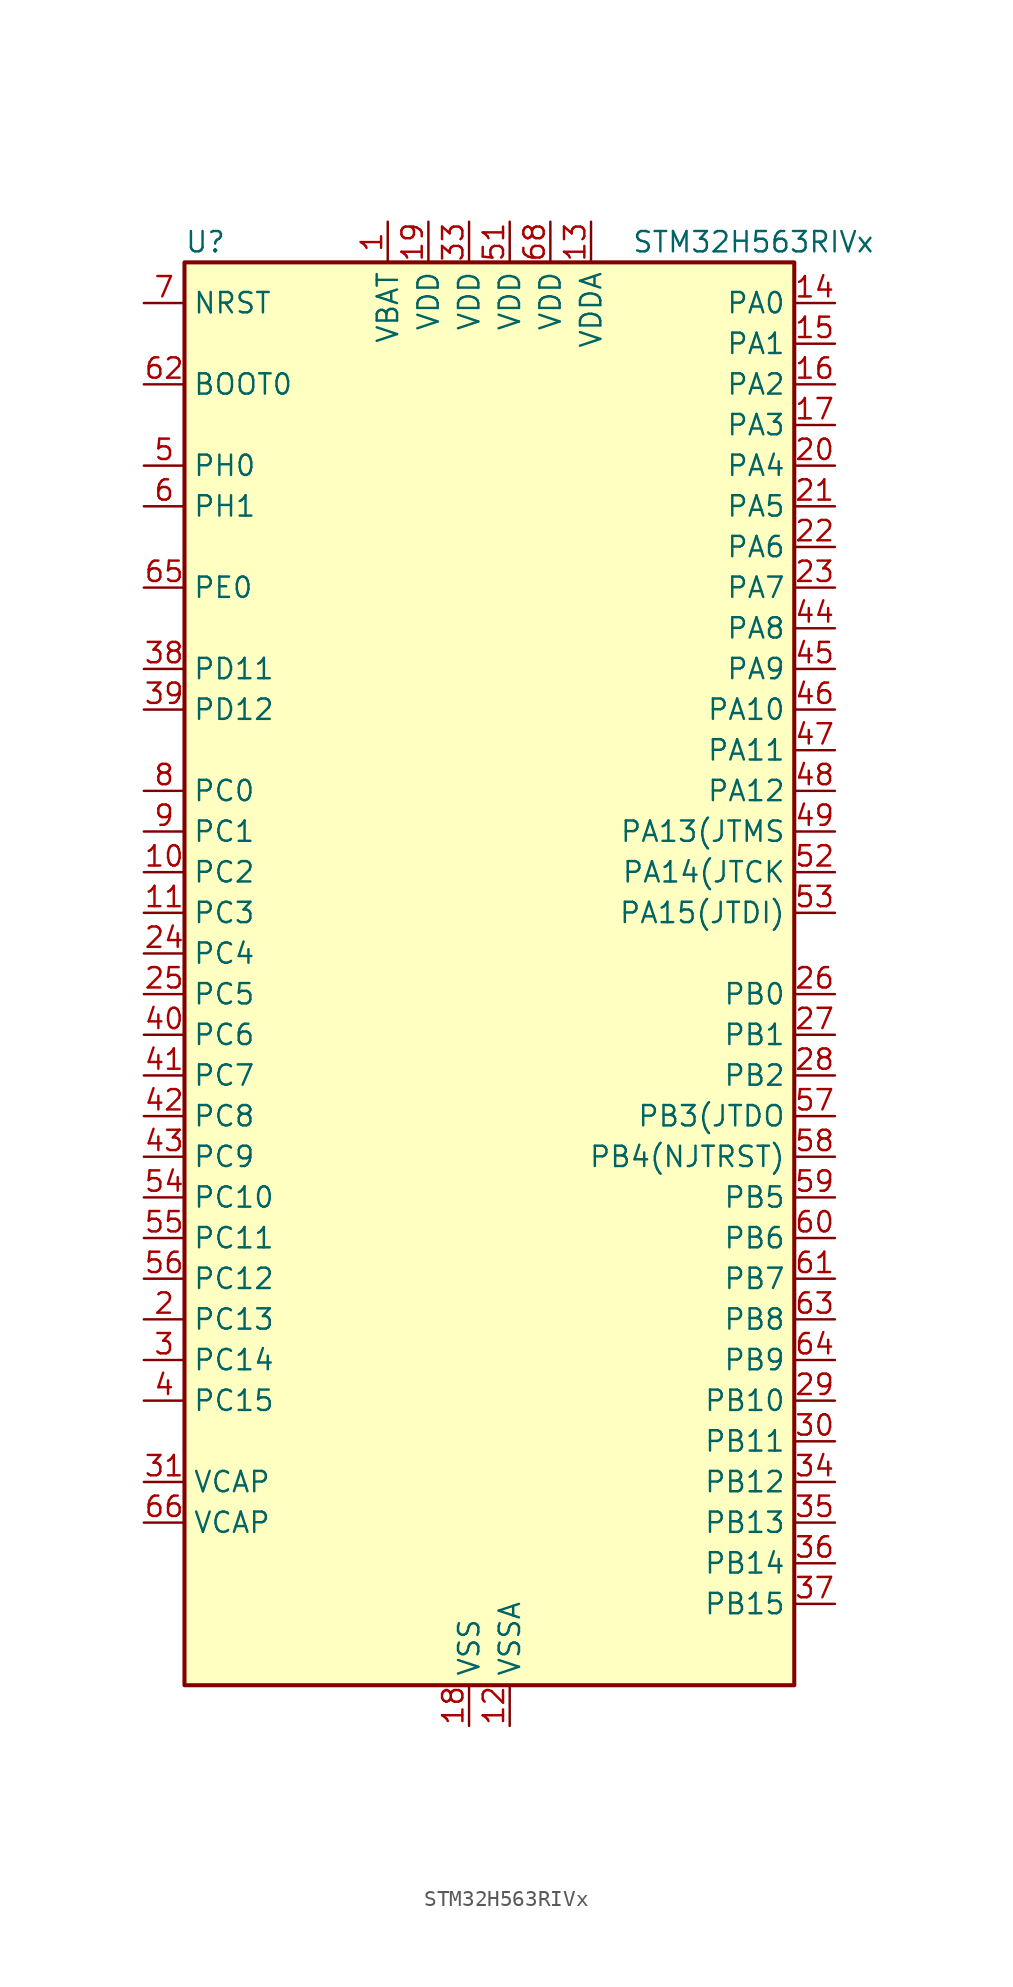
<source format=kicad_sym>
(kicad_symbol_lib
  (version 20231120)
  (generator "kicad_symbol_editor")
  (generator_version "8.0")
  (symbol "STM32H563RIVx"
    (property "Reference" "U"
      (at -17.78 46.99 0)
      (effects (font (size 1.27 1.27)) (justify left)))
    (property "Value" "STM32H563RIVx"
      (at 10.16 46.99 0)
      (effects (font (size 1.27 1.27)) (justify left)))
    (property "ki_locked" ""
      (at 0 0 0)
      (effects (font (size 1.27 1.27))))
    (symbol "STM32H563RIVx_0_1"
      (rectangle (start -17.78 -43.18) (end 20.32 45.72) (stroke (width 0.254) (type default)) (fill (type background))))
    (symbol "STM32H563RIVx_1_1"
      (pin power_in line (at -5.08 48.26 270) (length 2.54) (name "VBAT" (effects (font (size 1.27 1.27)))) (number "1" (effects (font (size 1.27 1.27)))))
      (pin bidirectional line (at -20.32 7.62 0) (length 2.54) (name "PC2" (effects (font (size 1.27 1.27)))) (number "10" (effects (font (size 1.27 1.27)))) (alternate "ADC1_INN11" bidirectional line) (alternate "ADC1_INP12" bidirectional line) (alternate "ADC2_INN11" bidirectional line) (alternate "ADC2_INP12" bidirectional line) (alternate "ETH_TXD2" bidirectional line) (alternate "I2S2_SDI" bidirectional line) (alternate "OCTOSPI1_IO2" bidirectional line) (alternate "OCTOSPI1_IO5" bidirectional line) (alternate "PWR_CSLEEP" bidirectional line) (alternate "SPI2_MISO" bidirectional line) (alternate "TIM17_CH1" bidirectional line) (alternate "TIM4_CH4" bidirectional line))
      (pin bidirectional line (at -20.32 5.08 0) (length 2.54) (name "PC3" (effects (font (size 1.27 1.27)))) (number "11" (effects (font (size 1.27 1.27)))) (alternate "ADC1_INN12" bidirectional line) (alternate "ADC1_INP13" bidirectional line) (alternate "ADC2_INN12" bidirectional line) (alternate "ADC2_INP13" bidirectional line) (alternate "ETH_TX_CLK" bidirectional line) (alternate "I2S2_SDO" bidirectional line) (alternate "LPTIM3_CH1" bidirectional line) (alternate "OCTOSPI1_IO0" bidirectional line) (alternate "OCTOSPI1_IO6" bidirectional line) (alternate "PWR_CSTOP" bidirectional line) (alternate "SAI1_D3" bidirectional line) (alternate "SPI2_MOSI" bidirectional line))
      (pin power_in line (at 2.54 -45.72 90) (length 2.54) (name "VSSA" (effects (font (size 1.27 1.27)))) (number "12" (effects (font (size 1.27 1.27)))))
      (pin power_in line (at 7.62 48.26 270) (length 2.54) (name "VDDA" (effects (font (size 1.27 1.27)))) (number "13" (effects (font (size 1.27 1.27)))))
      (pin bidirectional line (at 22.86 43.18 180) (length 2.54) (name "PA0" (effects (font (size 1.27 1.27)))) (number "14" (effects (font (size 1.27 1.27)))) (alternate "ADC1_INN1" bidirectional line) (alternate "ADC1_INP0" bidirectional line) (alternate "ADC2_INN1" bidirectional line) (alternate "ADC2_INP0" bidirectional line) (alternate "ETH_CRS" bidirectional line) (alternate "PWR_WKUP1" bidirectional line) (alternate "SAI2_SD_B" bidirectional line) (alternate "SPI3_RDY" bidirectional line) (alternate "SPI6_NSS" bidirectional line) (alternate "TAMP_IN2" bidirectional line) (alternate "TAMP_OUT1" bidirectional line) (alternate "TIM15_BKIN" bidirectional line) (alternate "TIM2_CH1" bidirectional line) (alternate "TIM2_ETR" bidirectional line) (alternate "TIM5_CH1" bidirectional line) (alternate "TIM8_ETR" bidirectional line) (alternate "UART4_TX" bidirectional line) (alternate "USART2_CTS" bidirectional line) (alternate "USART2_NSS" bidirectional line))
      (pin bidirectional line (at 22.86 40.64 180) (length 2.54) (name "PA1" (effects (font (size 1.27 1.27)))) (number "15" (effects (font (size 1.27 1.27)))) (alternate "ADC1_INP1" bidirectional line) (alternate "ADC2_INP1" bidirectional line) (alternate "ETH_REF_CLK" bidirectional line) (alternate "ETH_RX_CLK" bidirectional line) (alternate "LPTIM1_IN1" bidirectional line) (alternate "OCTOSPI1_DQS" bidirectional line) (alternate "OCTOSPI1_IO3" bidirectional line) (alternate "SAI2_MCLK_B" bidirectional line) (alternate "TAMP_IN5" bidirectional line) (alternate "TAMP_OUT4" bidirectional line) (alternate "TIM15_CH1N" bidirectional line) (alternate "TIM2_CH2" bidirectional line) (alternate "TIM5_CH2" bidirectional line) (alternate "UART4_RX" bidirectional line) (alternate "USART2_RTS" bidirectional line))
      (pin bidirectional line (at 22.86 38.1 180) (length 2.54) (name "PA2" (effects (font (size 1.27 1.27)))) (number "16" (effects (font (size 1.27 1.27)))) (alternate "ADC1_INP14" bidirectional line) (alternate "ADC2_INP14" bidirectional line) (alternate "ETH_MDIO" bidirectional line) (alternate "LPTIM1_IN2" bidirectional line) (alternate "PWR_WKUP2" bidirectional line) (alternate "SAI2_SCK_B" bidirectional line) (alternate "TAMP_IN4" bidirectional line) (alternate "TAMP_OUT3" bidirectional line) (alternate "TIM15_CH1" bidirectional line) (alternate "TIM2_CH3" bidirectional line) (alternate "TIM5_CH3" bidirectional line) (alternate "USART2_TX" bidirectional line))
      (pin bidirectional line (at 22.86 35.56 180) (length 2.54) (name "PA3" (effects (font (size 1.27 1.27)))) (number "17" (effects (font (size 1.27 1.27)))) (alternate "ADC1_INP15" bidirectional line) (alternate "ADC2_INP15" bidirectional line) (alternate "ETH_COL" bidirectional line) (alternate "I2S2_WS" bidirectional line) (alternate "OCTOSPI1_CLK" bidirectional line) (alternate "SAI1_SD_B" bidirectional line) (alternate "SPI2_NSS" bidirectional line) (alternate "TIM15_CH2" bidirectional line) (alternate "TIM2_CH4" bidirectional line) (alternate "TIM5_CH4" bidirectional line) (alternate "USART2_RX" bidirectional line))
      (pin power_in line (at 0 -45.72 90) (length 2.54) (name "VSS" (effects (font (size 1.27 1.27)))) (number "18" (effects (font (size 1.27 1.27)))))
      (pin power_in line (at -2.54 48.26 270) (length 2.54) (name "VDD" (effects (font (size 1.27 1.27)))) (number "19" (effects (font (size 1.27 1.27)))))
      (pin bidirectional line (at -20.32 -20.32 0) (length 2.54) (name "PC13" (effects (font (size 1.27 1.27)))) (number "2" (effects (font (size 1.27 1.27)))) (alternate "PWR_WKUP4" bidirectional line) (alternate "RTC_OUT1" bidirectional line) (alternate "RTC_TS" bidirectional line) (alternate "TAMP_IN1" bidirectional line) (alternate "TAMP_OUT2" bidirectional line) (alternate "TAMP_OUT3" bidirectional line))
      (pin bidirectional line (at 22.86 33.02 180) (length 2.54) (name "PA4" (effects (font (size 1.27 1.27)))) (number "20" (effects (font (size 1.27 1.27)))) (alternate "ADC1_INP18" bidirectional line) (alternate "ADC2_INP18" bidirectional line) (alternate "DAC1_OUT1" bidirectional line) (alternate "DCMI_HSYNC" bidirectional line) (alternate "I2S1_WS" bidirectional line) (alternate "I2S3_WS" bidirectional line) (alternate "LPTIM2_CH1" bidirectional line) (alternate "PSSI_DE" bidirectional line) (alternate "SPI1_NSS" bidirectional line) (alternate "SPI3_NSS" bidirectional line) (alternate "SPI6_NSS" bidirectional line) (alternate "TIM5_ETR" bidirectional line) (alternate "USART2_CK" bidirectional line))
      (pin bidirectional line (at 22.86 30.48 180) (length 2.54) (name "PA5" (effects (font (size 1.27 1.27)))) (number "21" (effects (font (size 1.27 1.27)))) (alternate "ADC1_INN18" bidirectional line) (alternate "ADC1_INP19" bidirectional line) (alternate "ADC2_INN18" bidirectional line) (alternate "ADC2_INP19" bidirectional line) (alternate "DAC1_OUT2" bidirectional line) (alternate "ETH_TX_EN" bidirectional line) (alternate "I2S1_CK" bidirectional line) (alternate "PSSI_D14" bidirectional line) (alternate "SPI1_SCK" bidirectional line) (alternate "SPI6_SCK" bidirectional line) (alternate "TIM2_CH1" bidirectional line) (alternate "TIM2_ETR" bidirectional line) (alternate "TIM8_CH1N" bidirectional line))
      (pin bidirectional line (at 22.86 27.94 180) (length 2.54) (name "PA6" (effects (font (size 1.27 1.27)))) (number "22" (effects (font (size 1.27 1.27)))) (alternate "ADC1_INP3" bidirectional line) (alternate "ADC2_INP3" bidirectional line) (alternate "DCMI_PIXCLK" bidirectional line) (alternate "I2S1_SDI" bidirectional line) (alternate "OCTOSPI1_IO3" bidirectional line) (alternate "PSSI_PDCK" bidirectional line) (alternate "SPI1_MISO" bidirectional line) (alternate "SPI6_MISO" bidirectional line) (alternate "TIM13_CH1" bidirectional line) (alternate "TIM1_BKIN" bidirectional line) (alternate "TIM3_CH1" bidirectional line) (alternate "TIM8_BKIN" bidirectional line) (alternate "USART11_TX" bidirectional line))
      (pin bidirectional line (at 22.86 25.4 180) (length 2.54) (name "PA7" (effects (font (size 1.27 1.27)))) (number "23" (effects (font (size 1.27 1.27)))) (alternate "ADC1_INN3" bidirectional line) (alternate "ADC1_INP7" bidirectional line) (alternate "ADC2_INN3" bidirectional line) (alternate "ADC2_INP7" bidirectional line) (alternate "ETH_CRS_DV" bidirectional line) (alternate "ETH_RX_DV" bidirectional line) (alternate "I2S1_SDO" bidirectional line) (alternate "OCTOSPI1_IO2" bidirectional line) (alternate "SPI1_MOSI" bidirectional line) (alternate "SPI6_MOSI" bidirectional line) (alternate "TIM14_CH1" bidirectional line) (alternate "TIM1_CH1N" bidirectional line) (alternate "TIM3_CH2" bidirectional line) (alternate "TIM8_CH1N" bidirectional line) (alternate "USART11_RX" bidirectional line))
      (pin bidirectional line (at -20.32 2.54 0) (length 2.54) (name "PC4" (effects (font (size 1.27 1.27)))) (number "24" (effects (font (size 1.27 1.27)))) (alternate "ADC1_INP4" bidirectional line) (alternate "ADC2_INP4" bidirectional line) (alternate "ETH_RXD0" bidirectional line) (alternate "I2S1_MCK" bidirectional line) (alternate "LPTIM2_ETR" bidirectional line) (alternate "SAI1_CK1" bidirectional line) (alternate "TIM2_CH4" bidirectional line) (alternate "USART3_RX" bidirectional line))
      (pin bidirectional line (at -20.32 0 0) (length 2.54) (name "PC5" (effects (font (size 1.27 1.27)))) (number "25" (effects (font (size 1.27 1.27)))) (alternate "ADC1_INN4" bidirectional line) (alternate "ADC1_INP8" bidirectional line) (alternate "ADC2_INN4" bidirectional line) (alternate "ADC2_INP8" bidirectional line) (alternate "ETH_RXD1" bidirectional line) (alternate "OCTOSPI1_DQS" bidirectional line) (alternate "PSSI_D15" bidirectional line) (alternate "SAI1_D3" bidirectional line) (alternate "SAI1_FS_A" bidirectional line) (alternate "TIM1_CH4N" bidirectional line))
      (pin bidirectional line (at 22.86 0 180) (length 2.54) (name "PB0" (effects (font (size 1.27 1.27)))) (number "26" (effects (font (size 1.27 1.27)))) (alternate "ADC1_INN5" bidirectional line) (alternate "ADC1_INP9" bidirectional line) (alternate "ADC2_INN5" bidirectional line) (alternate "ADC2_INP9" bidirectional line) (alternate "ETH_RXD2" bidirectional line) (alternate "LPTIM3_CH1" bidirectional line) (alternate "OCTOSPI1_IO1" bidirectional line) (alternate "TIM1_CH2N" bidirectional line) (alternate "TIM3_CH3" bidirectional line) (alternate "TIM8_CH2N" bidirectional line) (alternate "UART4_CTS" bidirectional line) (alternate "USART11_CK" bidirectional line))
      (pin bidirectional line (at 22.86 -2.54 180) (length 2.54) (name "PB1" (effects (font (size 1.27 1.27)))) (number "27" (effects (font (size 1.27 1.27)))) (alternate "ADC1_INP5" bidirectional line) (alternate "ADC2_INP5" bidirectional line) (alternate "ETH_RXD3" bidirectional line) (alternate "LPTIM3_CH2" bidirectional line) (alternate "OCTOSPI1_IO0" bidirectional line) (alternate "TIM1_CH3N" bidirectional line) (alternate "TIM3_CH4" bidirectional line) (alternate "TIM8_CH3N" bidirectional line))
      (pin bidirectional line (at 22.86 -5.08 180) (length 2.54) (name "PB2" (effects (font (size 1.27 1.27)))) (number "28" (effects (font (size 1.27 1.27)))) (alternate "I2S3_SDO" bidirectional line) (alternate "LPTIM1_CH1" bidirectional line) (alternate "LPTIM5_ETR" bidirectional line) (alternate "OCTOSPI1_CLK" bidirectional line) (alternate "OCTOSPI1_DQS" bidirectional line) (alternate "RCC_LSCO" bidirectional line) (alternate "RTC_OUT2" bidirectional line) (alternate "SAI1_D1" bidirectional line) (alternate "SAI1_SD_A" bidirectional line) (alternate "SDMMC1_CMD" bidirectional line) (alternate "SPI1_RDY" bidirectional line) (alternate "SPI3_MOSI" bidirectional line) (alternate "TIM8_CH4N" bidirectional line))
      (pin bidirectional line (at 22.86 -25.4 180) (length 2.54) (name "PB10" (effects (font (size 1.27 1.27)))) (number "29" (effects (font (size 1.27 1.27)))) (alternate "ETH_RX_ER" bidirectional line) (alternate "I2C2_SCL" bidirectional line) (alternate "I2S2_CK" bidirectional line) (alternate "LPTIM2_IN1" bidirectional line) (alternate "LPTIM3_CH1" bidirectional line) (alternate "OCTOSPI1_NCS" bidirectional line) (alternate "SPI2_SCK" bidirectional line) (alternate "TIM2_CH3" bidirectional line) (alternate "USART3_TX" bidirectional line))
      (pin bidirectional line (at -20.32 -22.86 0) (length 2.54) (name "PC14" (effects (font (size 1.27 1.27)))) (number "3" (effects (font (size 1.27 1.27)))) (alternate "RCC_OSC32_IN" bidirectional line))
      (pin bidirectional line (at 22.86 -27.94 180) (length 2.54) (name "PB11" (effects (font (size 1.27 1.27)))) (number "30" (effects (font (size 1.27 1.27)))) (alternate "ADC1_EXTI11" bidirectional line) (alternate "ADC2_EXTI11" bidirectional line) (alternate "ETH_TX_EN" bidirectional line) (alternate "I2C2_SDA" bidirectional line) (alternate "LPTIM2_ETR" bidirectional line) (alternate "SPI2_RDY" bidirectional line) (alternate "TIM2_CH4" bidirectional line) (alternate "USART3_RX" bidirectional line))
      (pin power_out line (at -20.32 -30.48 0) (length 2.54) (name "VCAP" (effects (font (size 1.27 1.27)))) (number "31" (effects (font (size 1.27 1.27)))))
      (pin passive line (at 0 -45.72 90) (length 2.54) hide (name "VSS" (effects (font (size 1.27 1.27)))) (number "32" (effects (font (size 1.27 1.27)))))
      (pin power_in line (at 0 48.26 270) (length 2.54) (name "VDD" (effects (font (size 1.27 1.27)))) (number "33" (effects (font (size 1.27 1.27)))))
      (pin bidirectional line (at 22.86 -30.48 180) (length 2.54) (name "PB12" (effects (font (size 1.27 1.27)))) (number "34" (effects (font (size 1.27 1.27)))) (alternate "ETH_TXD0" bidirectional line) (alternate "FDCAN2_RX" bidirectional line) (alternate "I2C2_SDA" bidirectional line) (alternate "I2S2_WS" bidirectional line) (alternate "OCTOSPI1_NCLK" bidirectional line) (alternate "SPI2_NSS" bidirectional line) (alternate "TIM1_BKIN" bidirectional line) (alternate "UART5_RX" bidirectional line) (alternate "UCPD1_FRSTX" bidirectional line) (alternate "USART3_CK" bidirectional line))
      (pin bidirectional line (at 22.86 -33.02 180) (length 2.54) (name "PB13" (effects (font (size 1.27 1.27)))) (number "35" (effects (font (size 1.27 1.27)))) (alternate "FDCAN2_TX" bidirectional line) (alternate "I2C2_SMBA" bidirectional line) (alternate "I2S2_CK" bidirectional line) (alternate "LPTIM2_CH1" bidirectional line) (alternate "LPTIM3_IN1" bidirectional line) (alternate "SDMMC1_D0" bidirectional line) (alternate "SPI2_SCK" bidirectional line) (alternate "TIM1_CH1N" bidirectional line) (alternate "UART5_TX" bidirectional line) (alternate "UCPD1_CC1" bidirectional line) (alternate "USART3_CTS" bidirectional line) (alternate "USART3_NSS" bidirectional line))
      (pin bidirectional line (at 22.86 -35.56 180) (length 2.54) (name "PB14" (effects (font (size 1.27 1.27)))) (number "36" (effects (font (size 1.27 1.27)))) (alternate "I2S2_SDI" bidirectional line) (alternate "LPTIM3_ETR" bidirectional line) (alternate "SPI2_MISO" bidirectional line) (alternate "TIM12_CH1" bidirectional line) (alternate "TIM1_CH2N" bidirectional line) (alternate "TIM8_CH2N" bidirectional line) (alternate "UART4_DE" bidirectional line) (alternate "UART4_RTS" bidirectional line) (alternate "UCPD1_CC2" bidirectional line) (alternate "USART1_TX" bidirectional line) (alternate "USART3_RTS" bidirectional line))
      (pin bidirectional line (at 22.86 -38.1 180) (length 2.54) (name "PB15" (effects (font (size 1.27 1.27)))) (number "37" (effects (font (size 1.27 1.27)))) (alternate "ADC1_EXTI15" bidirectional line) (alternate "ADC2_EXTI15" bidirectional line) (alternate "DCMI_D2" bidirectional line) (alternate "ETH_TXD1" bidirectional line) (alternate "I2S2_SDO" bidirectional line) (alternate "OCTOSPI1_CLK" bidirectional line) (alternate "PSSI_D2" bidirectional line) (alternate "PWR_PVD_IN" bidirectional line) (alternate "RTC_REFIN" bidirectional line) (alternate "SPI2_MOSI" bidirectional line) (alternate "TIM12_CH2" bidirectional line) (alternate "TIM1_CH3N" bidirectional line) (alternate "TIM8_CH3N" bidirectional line) (alternate "UART4_CTS" bidirectional line) (alternate "UART5_RX" bidirectional line) (alternate "USART11_CTS" bidirectional line) (alternate "USART11_NSS" bidirectional line) (alternate "USART1_RX" bidirectional line))
      (pin bidirectional line (at -20.32 20.32 0) (length 2.54) (name "PD11" (effects (font (size 1.27 1.27)))) (number "38" (effects (font (size 1.27 1.27)))) (alternate "ADC1_EXTI11" bidirectional line) (alternate "ADC2_EXTI11" bidirectional line) (alternate "I2C4_SMBA" bidirectional line) (alternate "LPTIM2_IN2" bidirectional line) (alternate "OCTOSPI1_IO0" bidirectional line) (alternate "SAI1_CK1" bidirectional line) (alternate "SAI2_SD_A" bidirectional line) (alternate "UART4_RX" bidirectional line) (alternate "USART3_CTS" bidirectional line) (alternate "USART3_NSS" bidirectional line))
      (pin bidirectional line (at -20.32 17.78 0) (length 2.54) (name "PD12" (effects (font (size 1.27 1.27)))) (number "39" (effects (font (size 1.27 1.27)))) (alternate "DCMI_D12" bidirectional line) (alternate "I2C4_SCL" bidirectional line) (alternate "I3C1_SCL" bidirectional line) (alternate "LPTIM1_IN1" bidirectional line) (alternate "LPTIM2_IN1" bidirectional line) (alternate "OCTOSPI1_IO1" bidirectional line) (alternate "PSSI_D12" bidirectional line) (alternate "SAI1_D1" bidirectional line) (alternate "SAI2_FS_A" bidirectional line) (alternate "TIM4_CH1" bidirectional line) (alternate "UART4_TX" bidirectional line) (alternate "USART3_RTS" bidirectional line))
      (pin bidirectional line (at -20.32 -25.4 0) (length 2.54) (name "PC15" (effects (font (size 1.27 1.27)))) (number "4" (effects (font (size 1.27 1.27)))) (alternate "ADC1_EXTI15" bidirectional line) (alternate "ADC2_EXTI15" bidirectional line) (alternate "RCC_OSC32_OUT" bidirectional line))
      (pin bidirectional line (at -20.32 -2.54 0) (length 2.54) (name "PC6" (effects (font (size 1.27 1.27)))) (number "40" (effects (font (size 1.27 1.27)))) (alternate "DCMI_D0" bidirectional line) (alternate "I2S2_MCK" bidirectional line) (alternate "OCTOSPI1_IO5" bidirectional line) (alternate "PSSI_D0" bidirectional line) (alternate "SAI1_SCK_A" bidirectional line) (alternate "SDMMC1_D0DIR" bidirectional line) (alternate "SDMMC1_D6" bidirectional line) (alternate "TIM3_CH1" bidirectional line) (alternate "TIM8_CH1" bidirectional line) (alternate "USART6_TX" bidirectional line))
      (pin bidirectional line (at -20.32 -5.08 0) (length 2.54) (name "PC7" (effects (font (size 1.27 1.27)))) (number "41" (effects (font (size 1.27 1.27)))) (alternate "DCMI_D1" bidirectional line) (alternate "DEBUG_TRGIO" bidirectional line) (alternate "I2S3_MCK" bidirectional line) (alternate "OCTOSPI1_IO6" bidirectional line) (alternate "PSSI_D1" bidirectional line) (alternate "SDMMC1_D123DIR" bidirectional line) (alternate "SDMMC1_D7" bidirectional line) (alternate "TIM3_CH2" bidirectional line) (alternate "TIM8_CH2" bidirectional line) (alternate "USART6_RX" bidirectional line))
      (pin bidirectional line (at -20.32 -7.62 0) (length 2.54) (name "PC8" (effects (font (size 1.27 1.27)))) (number "42" (effects (font (size 1.27 1.27)))) (alternate "DCMI_D2" bidirectional line) (alternate "DEBUG_TRACED1" bidirectional line) (alternate "PSSI_D2" bidirectional line) (alternate "SDMMC1_D0" bidirectional line) (alternate "TIM3_CH3" bidirectional line) (alternate "TIM8_CH3" bidirectional line) (alternate "UART5_DE" bidirectional line) (alternate "UART5_RTS" bidirectional line) (alternate "USART6_CK" bidirectional line))
      (pin bidirectional line (at -20.32 -10.16 0) (length 2.54) (name "PC9" (effects (font (size 1.27 1.27)))) (number "43" (effects (font (size 1.27 1.27)))) (alternate "AUDIOCLK" bidirectional line) (alternate "DAC1_EXTI9" bidirectional line) (alternate "DCMI_D3" bidirectional line) (alternate "I2C3_SDA" bidirectional line) (alternate "OCTOSPI1_IO0" bidirectional line) (alternate "PSSI_D3" bidirectional line) (alternate "RCC_MCO_2" bidirectional line) (alternate "SDMMC1_D1" bidirectional line) (alternate "TIM3_CH4" bidirectional line) (alternate "TIM8_CH4" bidirectional line) (alternate "UART5_CTS" bidirectional line) (alternate "UCPD1_DB2" bidirectional line))
      (pin bidirectional line (at 22.86 22.86 180) (length 2.54) (name "PA8" (effects (font (size 1.27 1.27)))) (number "44" (effects (font (size 1.27 1.27)))) (alternate "DCMI_D3" bidirectional line) (alternate "I2C3_SCL" bidirectional line) (alternate "PSSI_D3" bidirectional line) (alternate "RCC_MCO_1" bidirectional line) (alternate "SPI1_RDY" bidirectional line) (alternate "TIM1_CH1" bidirectional line) (alternate "TIM8_BKIN2" bidirectional line) (alternate "UART7_RX" bidirectional line) (alternate "USART1_CK" bidirectional line) (alternate "USB_SOF" bidirectional line))
      (pin bidirectional line (at 22.86 20.32 180) (length 2.54) (name "PA9" (effects (font (size 1.27 1.27)))) (number "45" (effects (font (size 1.27 1.27)))) (alternate "DAC1_EXTI9" bidirectional line) (alternate "DCMI_D0" bidirectional line) (alternate "ETH_TX_ER" bidirectional line) (alternate "I2C3_SMBA" bidirectional line) (alternate "I2S2_CK" bidirectional line) (alternate "LPUART1_TX" bidirectional line) (alternate "PSSI_D0" bidirectional line) (alternate "SPI2_SCK" bidirectional line) (alternate "TIM1_CH2" bidirectional line) (alternate "UCPD1_DB1" bidirectional line) (alternate "USART1_TX" bidirectional line))
      (pin bidirectional line (at 22.86 17.78 180) (length 2.54) (name "PA10" (effects (font (size 1.27 1.27)))) (number "46" (effects (font (size 1.27 1.27)))) (alternate "DCMI_D1" bidirectional line) (alternate "FDCAN2_TX" bidirectional line) (alternate "LPTIM2_IN2" bidirectional line) (alternate "LPUART1_RX" bidirectional line) (alternate "PSSI_D1" bidirectional line) (alternate "SDMMC1_D0" bidirectional line) (alternate "TIM1_CH3" bidirectional line) (alternate "UCPD1_FRSTX" bidirectional line) (alternate "USART1_RX" bidirectional line))
      (pin bidirectional line (at 22.86 15.24 180) (length 2.54) (name "PA11" (effects (font (size 1.27 1.27)))) (number "47" (effects (font (size 1.27 1.27)))) (alternate "ADC1_EXTI11" bidirectional line) (alternate "ADC2_EXTI11" bidirectional line) (alternate "FDCAN1_RX" bidirectional line) (alternate "I2S2_WS" bidirectional line) (alternate "LPUART1_CTS" bidirectional line) (alternate "SPI2_NSS" bidirectional line) (alternate "TIM1_CH4" bidirectional line) (alternate "UART4_RX" bidirectional line) (alternate "USART1_CTS" bidirectional line) (alternate "USART1_NSS" bidirectional line) (alternate "USB_DM" bidirectional line))
      (pin bidirectional line (at 22.86 12.7 180) (length 2.54) (name "PA12" (effects (font (size 1.27 1.27)))) (number "48" (effects (font (size 1.27 1.27)))) (alternate "FDCAN1_TX" bidirectional line) (alternate "I2S2_CK" bidirectional line) (alternate "LPUART1_RTS" bidirectional line) (alternate "SAI2_FS_B" bidirectional line) (alternate "SPI2_SCK" bidirectional line) (alternate "TIM1_ETR" bidirectional line) (alternate "UART4_TX" bidirectional line) (alternate "USART1_RTS" bidirectional line) (alternate "USB_DP" bidirectional line))
      (pin bidirectional line (at 22.86 10.16 180) (length 2.54) (name "PA13(JTMS" (effects (font (size 1.27 1.27)))) (number "49" (effects (font (size 1.27 1.27)))) (alternate "DEBUG_JTMS-SWDIO" bidirectional line))
      (pin bidirectional line (at -20.32 33.02 0) (length 2.54) (name "PH0" (effects (font (size 1.27 1.27)))) (number "5" (effects (font (size 1.27 1.27)))) (alternate "RCC_OSC_IN" bidirectional line))
      (pin passive line (at 0 -45.72 90) (length 2.54) hide (name "VSS" (effects (font (size 1.27 1.27)))) (number "50" (effects (font (size 1.27 1.27)))))
      (pin power_in line (at 2.54 48.26 270) (length 2.54) (name "VDD" (effects (font (size 1.27 1.27)))) (number "51" (effects (font (size 1.27 1.27)))))
      (pin bidirectional line (at 22.86 7.62 180) (length 2.54) (name "PA14(JTCK" (effects (font (size 1.27 1.27)))) (number "52" (effects (font (size 1.27 1.27)))) (alternate "DEBUG_JTCK-SWCLK" bidirectional line))
      (pin bidirectional line (at 22.86 5.08 180) (length 2.54) (name "PA15(JTDI)" (effects (font (size 1.27 1.27)))) (number "53" (effects (font (size 1.27 1.27)))) (alternate "ADC1_EXTI15" bidirectional line) (alternate "ADC2_EXTI15" bidirectional line) (alternate "CEC" bidirectional line) (alternate "DCMI_D11" bidirectional line) (alternate "DEBUG_JTDI" bidirectional line) (alternate "I2S1_WS" bidirectional line) (alternate "I2S3_WS" bidirectional line) (alternate "LPTIM3_IN2" bidirectional line) (alternate "PSSI_D11" bidirectional line) (alternate "SPI1_NSS" bidirectional line) (alternate "SPI3_NSS" bidirectional line) (alternate "SPI6_NSS" bidirectional line) (alternate "TIM2_CH1" bidirectional line) (alternate "TIM2_ETR" bidirectional line) (alternate "UART4_DE" bidirectional line) (alternate "UART4_RTS" bidirectional line) (alternate "UART7_TX" bidirectional line))
      (pin bidirectional line (at -20.32 -12.7 0) (length 2.54) (name "PC10" (effects (font (size 1.27 1.27)))) (number "54" (effects (font (size 1.27 1.27)))) (alternate "DCMI_D8" bidirectional line) (alternate "ETH_TXD0" bidirectional line) (alternate "I2S3_CK" bidirectional line) (alternate "LPTIM3_ETR" bidirectional line) (alternate "OCTOSPI1_IO1" bidirectional line) (alternate "PSSI_D8" bidirectional line) (alternate "SDMMC1_D2" bidirectional line) (alternate "SPI3_SCK" bidirectional line) (alternate "UART4_TX" bidirectional line) (alternate "USART3_TX" bidirectional line))
      (pin bidirectional line (at -20.32 -15.24 0) (length 2.54) (name "PC11" (effects (font (size 1.27 1.27)))) (number "55" (effects (font (size 1.27 1.27)))) (alternate "ADC1_EXTI11" bidirectional line) (alternate "ADC2_EXTI11" bidirectional line) (alternate "DCMI_D4" bidirectional line) (alternate "I2S3_SDI" bidirectional line) (alternate "LPTIM3_IN1" bidirectional line) (alternate "OCTOSPI1_NCS" bidirectional line) (alternate "PSSI_D4" bidirectional line) (alternate "SDMMC1_D3" bidirectional line) (alternate "SPI3_MISO" bidirectional line) (alternate "UART4_RX" bidirectional line) (alternate "USART3_RX" bidirectional line))
      (pin bidirectional line (at -20.32 -17.78 0) (length 2.54) (name "PC12" (effects (font (size 1.27 1.27)))) (number "56" (effects (font (size 1.27 1.27)))) (alternate "DCMI_D9" bidirectional line) (alternate "DEBUG_TRACED3" bidirectional line) (alternate "I2S3_SDO" bidirectional line) (alternate "PSSI_D9" bidirectional line) (alternate "SDMMC1_CK" bidirectional line) (alternate "SPI3_MOSI" bidirectional line) (alternate "SPI6_SCK" bidirectional line) (alternate "TIM15_CH1" bidirectional line) (alternate "UART5_TX" bidirectional line) (alternate "USART3_CK" bidirectional line))
      (pin bidirectional line (at 22.86 -7.62 180) (length 2.54) (name "PB3(JTDO" (effects (font (size 1.27 1.27)))) (number "57" (effects (font (size 1.27 1.27)))) (alternate "CRS_SYNC" bidirectional line) (alternate "DEBUG_JTDO-SWO" bidirectional line) (alternate "I2C2_SDA" bidirectional line) (alternate "I2S1_CK" bidirectional line) (alternate "I2S3_CK" bidirectional line) (alternate "LPTIM6_ETR" bidirectional line) (alternate "SPI1_SCK" bidirectional line) (alternate "SPI3_SCK" bidirectional line) (alternate "SPI6_SCK" bidirectional line) (alternate "TIM2_CH2" bidirectional line) (alternate "UART7_RX" bidirectional line))
      (pin bidirectional line (at 22.86 -10.16 180) (length 2.54) (name "PB4(NJTRST)" (effects (font (size 1.27 1.27)))) (number "58" (effects (font (size 1.27 1.27)))) (alternate "DCMI_D7" bidirectional line) (alternate "DEBUG_JTRST" bidirectional line) (alternate "I2S1_SDI" bidirectional line) (alternate "I2S2_WS" bidirectional line) (alternate "I2S3_SDI" bidirectional line) (alternate "LPTIM1_CH2" bidirectional line) (alternate "OCTOSPI1_CLK" bidirectional line) (alternate "PSSI_D7" bidirectional line) (alternate "SPI1_MISO" bidirectional line) (alternate "SPI2_NSS" bidirectional line) (alternate "SPI3_MISO" bidirectional line) (alternate "SPI6_MISO" bidirectional line) (alternate "TIM16_BKIN" bidirectional line) (alternate "TIM3_CH1" bidirectional line) (alternate "UART7_TX" bidirectional line))
      (pin bidirectional line (at 22.86 -12.7 180) (length 2.54) (name "PB5" (effects (font (size 1.27 1.27)))) (number "59" (effects (font (size 1.27 1.27)))) (alternate "DCMI_D10" bidirectional line) (alternate "ETH_PPS_OUT" bidirectional line) (alternate "FDCAN2_RX" bidirectional line) (alternate "I2C1_SMBA" bidirectional line) (alternate "I2C4_SMBA" bidirectional line) (alternate "I2S1_SDO" bidirectional line) (alternate "I2S3_SDO" bidirectional line) (alternate "OCTOSPI1_NCLK" bidirectional line) (alternate "PSSI_D10" bidirectional line) (alternate "SPI1_MOSI" bidirectional line) (alternate "SPI3_MOSI" bidirectional line) (alternate "SPI6_MOSI" bidirectional line) (alternate "TIM17_BKIN" bidirectional line) (alternate "TIM3_CH2" bidirectional line) (alternate "UART5_RX" bidirectional line))
      (pin bidirectional line (at -20.32 30.48 0) (length 2.54) (name "PH1" (effects (font (size 1.27 1.27)))) (number "6" (effects (font (size 1.27 1.27)))) (alternate "RCC_OSC_OUT" bidirectional line))
      (pin bidirectional line (at 22.86 -15.24 180) (length 2.54) (name "PB6" (effects (font (size 1.27 1.27)))) (number "60" (effects (font (size 1.27 1.27)))) (alternate "CEC" bidirectional line) (alternate "DCMI_D5" bidirectional line) (alternate "FDCAN2_TX" bidirectional line) (alternate "I2C1_SCL" bidirectional line) (alternate "I2C4_SCL" bidirectional line) (alternate "I3C1_SCL" bidirectional line) (alternate "LPUART1_TX" bidirectional line) (alternate "OCTOSPI1_NCS" bidirectional line) (alternate "PSSI_D5" bidirectional line) (alternate "TIM16_CH1N" bidirectional line) (alternate "TIM4_CH1" bidirectional line) (alternate "UART5_TX" bidirectional line) (alternate "USART1_TX" bidirectional line))
      (pin bidirectional line (at 22.86 -17.78 180) (length 2.54) (name "PB7" (effects (font (size 1.27 1.27)))) (number "61" (effects (font (size 1.27 1.27)))) (alternate "DCMI_VSYNC" bidirectional line) (alternate "FDCAN1_TX" bidirectional line) (alternate "I2C1_SDA" bidirectional line) (alternate "I2C4_SDA" bidirectional line) (alternate "I3C1_SDA" bidirectional line) (alternate "LPUART1_RX" bidirectional line) (alternate "PSSI_RDY" bidirectional line) (alternate "PWR_WKUP5" bidirectional line) (alternate "TIM17_CH1N" bidirectional line) (alternate "TIM4_CH2" bidirectional line) (alternate "USART1_RX" bidirectional line))
      (pin input line (at -20.32 38.1 0) (length 2.54) (name "BOOT0" (effects (font (size 1.27 1.27)))) (number "62" (effects (font (size 1.27 1.27)))))
      (pin bidirectional line (at 22.86 -20.32 180) (length 2.54) (name "PB8" (effects (font (size 1.27 1.27)))) (number "63" (effects (font (size 1.27 1.27)))) (alternate "DCMI_D6" bidirectional line) (alternate "ETH_TXD3" bidirectional line) (alternate "FDCAN1_RX" bidirectional line) (alternate "I2C1_SCL" bidirectional line) (alternate "I2C4_SCL" bidirectional line) (alternate "I3C1_SCL" bidirectional line) (alternate "PSSI_D6" bidirectional line) (alternate "SDMMC1_CKIN" bidirectional line) (alternate "SDMMC1_D4" bidirectional line) (alternate "TIM16_CH1" bidirectional line) (alternate "TIM4_CH3" bidirectional line) (alternate "UART4_RX" bidirectional line))
      (pin bidirectional line (at 22.86 -22.86 180) (length 2.54) (name "PB9" (effects (font (size 1.27 1.27)))) (number "64" (effects (font (size 1.27 1.27)))) (alternate "DAC1_EXTI9" bidirectional line) (alternate "DCMI_D7" bidirectional line) (alternate "FDCAN1_TX" bidirectional line) (alternate "I2C1_SDA" bidirectional line) (alternate "I2C4_SDA" bidirectional line) (alternate "I2S2_WS" bidirectional line) (alternate "I3C1_SDA" bidirectional line) (alternate "PSSI_D7" bidirectional line) (alternate "SDMMC1_CDIR" bidirectional line) (alternate "SDMMC1_D5" bidirectional line) (alternate "SPI2_NSS" bidirectional line) (alternate "TIM17_CH1" bidirectional line) (alternate "TIM4_CH4" bidirectional line) (alternate "UART4_TX" bidirectional line))
      (pin bidirectional line (at -20.32 25.4 0) (length 2.54) (name "PE0" (effects (font (size 1.27 1.27)))) (number "65" (effects (font (size 1.27 1.27)))) (alternate "DCMI_D2" bidirectional line) (alternate "FDCAN1_RX" bidirectional line) (alternate "LPTIM1_ETR" bidirectional line) (alternate "LPTIM2_CH2" bidirectional line) (alternate "LPTIM2_ETR" bidirectional line) (alternate "PSSI_D2" bidirectional line) (alternate "SAI2_MCLK_A" bidirectional line) (alternate "SPI3_RDY" bidirectional line) (alternate "TIM4_ETR" bidirectional line))
      (pin power_out line (at -20.32 -33.02 0) (length 2.54) (name "VCAP" (effects (font (size 1.27 1.27)))) (number "66" (effects (font (size 1.27 1.27)))))
      (pin passive line (at 0 -45.72 90) (length 2.54) hide (name "VSS" (effects (font (size 1.27 1.27)))) (number "67" (effects (font (size 1.27 1.27)))))
      (pin power_in line (at 5.08 48.26 270) (length 2.54) (name "VDD" (effects (font (size 1.27 1.27)))) (number "68" (effects (font (size 1.27 1.27)))))
      (pin passive line (at 0 -45.72 90) (length 2.54) hide (name "VSS" (effects (font (size 1.27 1.27)))) (number "69" (effects (font (size 1.27 1.27)))))
      (pin input line (at -20.32 43.18 0) (length 2.54) (name "NRST" (effects (font (size 1.27 1.27)))) (number "7" (effects (font (size 1.27 1.27)))))
      (pin bidirectional line (at -20.32 12.7 0) (length 2.54) (name "PC0" (effects (font (size 1.27 1.27)))) (number "8" (effects (font (size 1.27 1.27)))) (alternate "ADC1_INP10" bidirectional line) (alternate "ADC2_INP10" bidirectional line) (alternate "OCTOSPI1_IO7" bidirectional line) (alternate "SAI1_MCLK_A" bidirectional line) (alternate "SAI2_FS_B" bidirectional line) (alternate "SPI2_RDY" bidirectional line) (alternate "TIM16_BKIN" bidirectional line))
      (pin bidirectional line (at -20.32 10.16 0) (length 2.54) (name "PC1" (effects (font (size 1.27 1.27)))) (number "9" (effects (font (size 1.27 1.27)))) (alternate "ADC1_INN10" bidirectional line) (alternate "ADC1_INP11" bidirectional line) (alternate "ADC2_INN10" bidirectional line) (alternate "ADC2_INP11" bidirectional line) (alternate "DEBUG_TRACED0" bidirectional line) (alternate "ETH_MDC" bidirectional line) (alternate "I2S2_SDO" bidirectional line) (alternate "OCTOSPI1_IO4" bidirectional line) (alternate "PWR_WKUP6" bidirectional line) (alternate "SAI1_D1" bidirectional line) (alternate "SAI1_SD_A" bidirectional line) (alternate "SAI2_SD_A" bidirectional line) (alternate "SPI2_MOSI" bidirectional line) (alternate "TAMP_IN3" bidirectional line) (alternate "TAMP_OUT5" bidirectional line) (alternate "USART11_RTS" bidirectional line)))))
</source>
